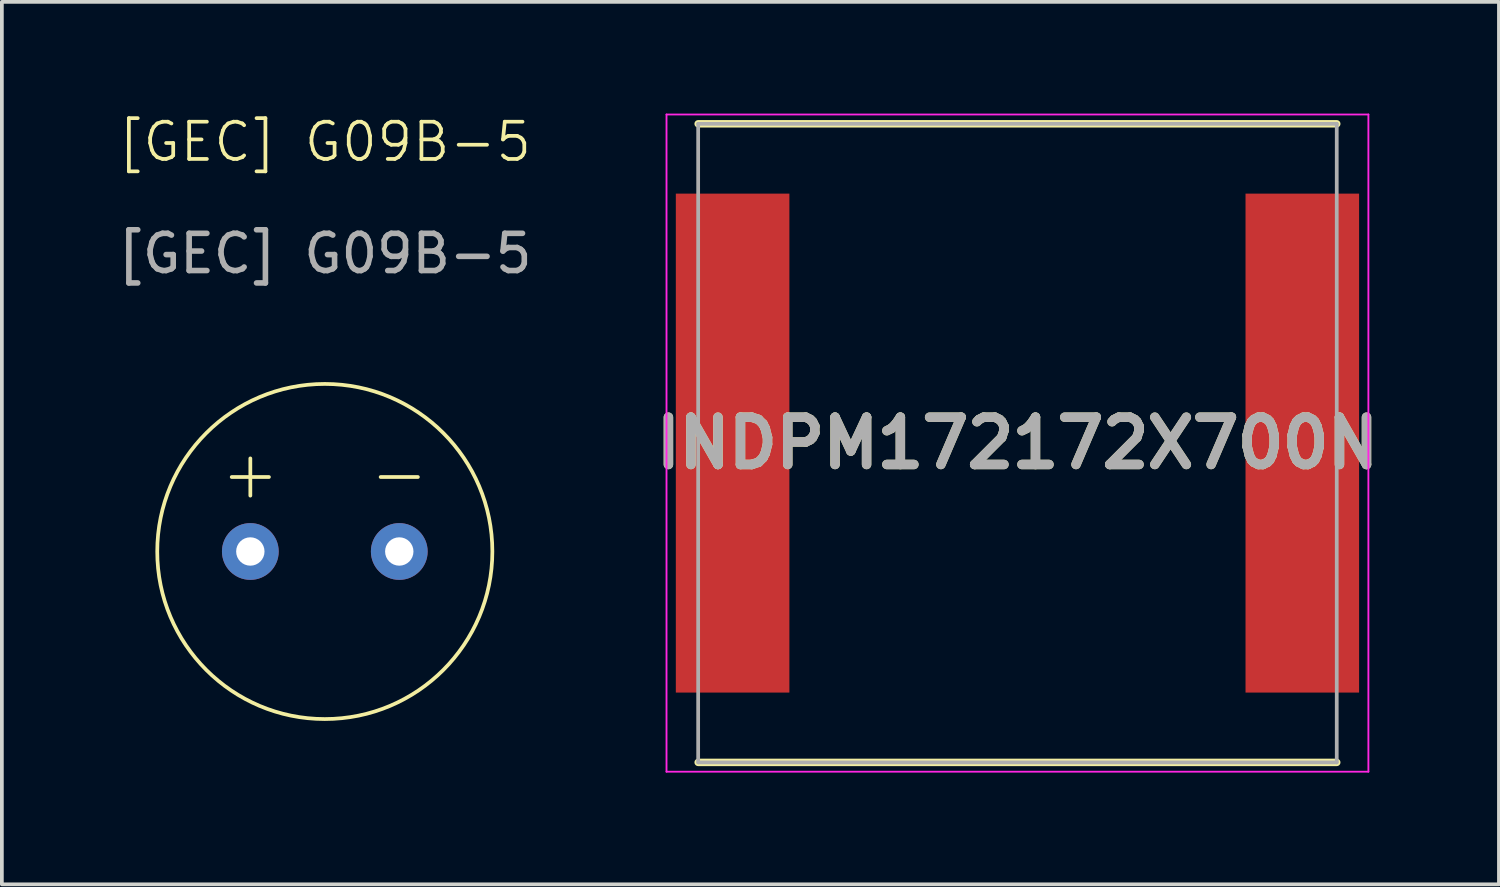
<source format=kicad_pcb>
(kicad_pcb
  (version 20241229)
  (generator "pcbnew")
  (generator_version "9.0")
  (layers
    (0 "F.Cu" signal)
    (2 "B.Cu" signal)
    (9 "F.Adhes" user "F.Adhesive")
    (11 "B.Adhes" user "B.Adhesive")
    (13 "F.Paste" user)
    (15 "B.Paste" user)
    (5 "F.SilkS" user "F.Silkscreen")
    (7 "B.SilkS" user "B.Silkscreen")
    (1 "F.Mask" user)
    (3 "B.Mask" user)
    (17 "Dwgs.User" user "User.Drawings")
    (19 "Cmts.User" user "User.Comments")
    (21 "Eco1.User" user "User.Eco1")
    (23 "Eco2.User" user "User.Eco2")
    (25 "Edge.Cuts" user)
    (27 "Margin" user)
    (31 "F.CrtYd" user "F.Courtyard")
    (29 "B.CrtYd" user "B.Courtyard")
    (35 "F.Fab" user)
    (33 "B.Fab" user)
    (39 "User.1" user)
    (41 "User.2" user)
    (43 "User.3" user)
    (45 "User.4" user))
  (footprint "INDPM172172X700N"
    (layer "F.Cu")
    (at 24.275 8.85)
    (property "Reference" "INDPM172172X700N" (at 0 0 0) (layer "F.SilkS") (effects (font (size 1.27 1.27) (thickness 0.254))))
    (attr smd)
    (fp_line (start -8.575 8.575) (end 8.575 8.575) (stroke (width 0.2) (type solid)) (layer "F.SilkS"))
    (fp_line (start 8.575 -8.575) (end -8.575 -8.575) (stroke (width 0.2) (type solid)) (layer "F.SilkS"))
    (fp_line (start -9.425 -8.825) (end 9.425 -8.825) (stroke (width 0.05) (type solid)) (layer "F.CrtYd"))
    (fp_line (start -9.425 8.825) (end -9.425 -8.825) (stroke (width 0.05) (type solid)) (layer "F.CrtYd"))
    (fp_line (start 9.425 -8.825) (end 9.425 8.825) (stroke (width 0.05) (type solid)) (layer "F.CrtYd"))
    (fp_line (start 9.425 8.825) (end -9.425 8.825) (stroke (width 0.05) (type solid)) (layer "F.CrtYd"))
    (fp_line (start -8.575 -8.575) (end 8.575 -8.575) (stroke (width 0.1) (type solid)) (layer "F.Fab"))
    (fp_line (start -8.575 8.575) (end -8.575 -8.575) (stroke (width 0.1) (type solid)) (layer "F.Fab"))
    (fp_line (start 8.575 -8.575) (end 8.575 8.575) (stroke (width 0.1) (type solid)) (layer "F.Fab"))
    (fp_line (start 8.575 8.575) (end -8.575 8.575) (stroke (width 0.1) (type solid)) (layer "F.Fab"))
    (fp_text user "${REFERENCE}" (at 0 0 0) (layer "F.Fab") (effects (font (size 1.27 1.27) (thickness 0.254))))
    (pad "1" smd rect (at -7.65 0) (size 3.05 13.4) (layers "F.Cu" "F.Mask" "F.Paste"))
    (pad "2" smd rect (at 7.65 0) (size 3.05 13.4) (layers "F.Cu" "F.Mask" "F.Paste")))
  (footprint "[GEC] G09B-5"
    (layer "F.Cu")
    (at 5.673 11.761)
    (property "Reference" "[GEC] G09B-5" (at 0 -11 0) (unlocked yes) (layer "F.SilkS") (effects (font (size 1 1) (thickness 0.1))))
    (attr through_hole)
    (fp_line (start -2.5 -2) (end -1.5 -2) (stroke (width 0.1) (type default)) (layer "F.SilkS"))
    (fp_line (start -2 -1.5) (end -2 -2.5) (stroke (width 0.1) (type default)) (layer "F.SilkS"))
    (fp_line (start 1.5 -2) (end 2.5 -2) (stroke (width 0.1) (type default)) (layer "F.SilkS"))
    (fp_circle (center 0 0) (end 0 4.5) (stroke (width 0.1) (type default)) (fill no) (layer "F.SilkS"))
    (fp_text user "${REFERENCE}" (at 0 -8 0) (unlocked yes) (layer "F.Fab") (effects (font (size 1 1) (thickness 0.15))))
    (pad "1" thru_hole circle (at -2 0) (size 1.524 1.524) (drill 0.762) (layers "*.Cu" "*.Mask"))
    (pad "2" thru_hole circle (at 2 0) (size 1.524 1.524) (drill 0.762) (layers "*.Cu" "*.Mask")))
  (gr_rect
    (start -3 -3)
    (end 37.206 20.7)
    (stroke (width 0.1) (type default))
    (fill no)
    (layer "Edge.Cuts")))
</source>
